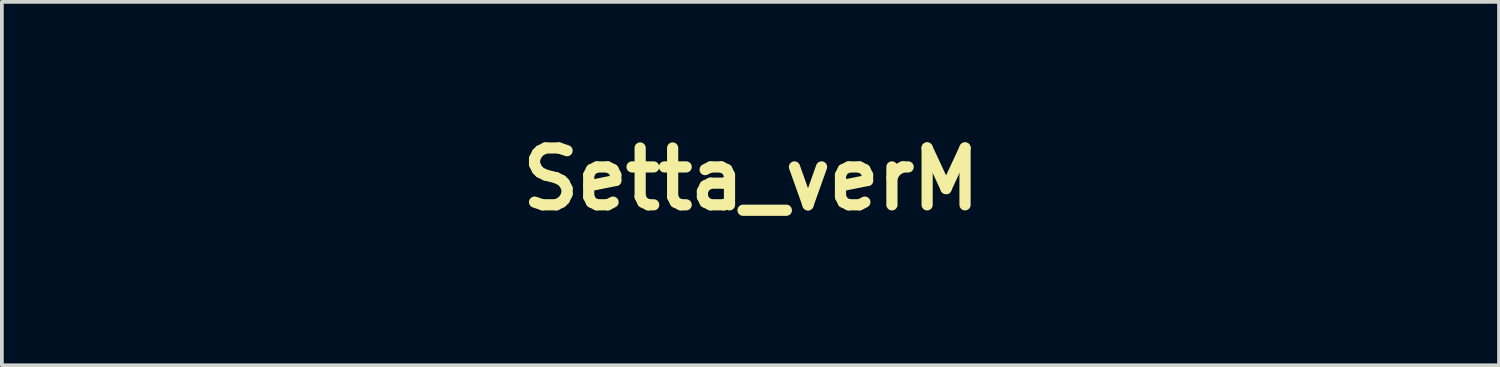
<source format=kicad_pcb>
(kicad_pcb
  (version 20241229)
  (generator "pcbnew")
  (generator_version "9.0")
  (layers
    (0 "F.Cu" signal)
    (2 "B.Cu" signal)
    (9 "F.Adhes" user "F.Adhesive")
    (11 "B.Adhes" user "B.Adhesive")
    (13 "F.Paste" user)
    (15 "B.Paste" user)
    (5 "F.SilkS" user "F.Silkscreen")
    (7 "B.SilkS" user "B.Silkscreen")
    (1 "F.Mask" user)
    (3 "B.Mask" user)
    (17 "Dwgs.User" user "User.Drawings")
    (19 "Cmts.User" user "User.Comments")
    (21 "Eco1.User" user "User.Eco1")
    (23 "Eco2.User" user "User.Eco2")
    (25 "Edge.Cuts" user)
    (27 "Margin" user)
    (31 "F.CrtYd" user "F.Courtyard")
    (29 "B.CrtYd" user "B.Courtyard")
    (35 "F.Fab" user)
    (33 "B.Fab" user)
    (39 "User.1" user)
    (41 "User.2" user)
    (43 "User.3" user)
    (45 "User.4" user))
  (footprint "Setta_verM"
    (layer "F.Cu")
    (at 17.085 1.751)
    (property "Reference" "Setta_verM" (at 0 0 0) (layer "F.SilkS") (effects (font (size 1.524 1.524) (thickness 0.3))))
    (attr through_hole)
    (fp_poly (pts (xy 13.668 1.181) (xy 13.704 1.201) (xy 13.821 1.302) (xy 13.9 1.427) (xy 13.934 1.559) (xy 13.919 1.679) (xy 13.855 1.769) (xy 13.769 1.842) (xy 13.69 1.914) (xy 13.609 1.977) (xy 13.54 1.986) (xy 13.466 1.94) (xy 13.39 1.86) (xy 13.262 1.687) (xy 13.197 1.534) (xy 13.193 1.391) (xy 13.204 1.341) (xy 13.273 1.215) (xy 13.381 1.144) (xy 13.517 1.131) (xy 13.668 1.181)) (stroke (width 0.01) (type solid)) (fill yes) (layer "F.Mask"))
    (fp_poly (pts (xy 16.852 -1.484) (xy 16.895 -1.46) (xy 16.917 -1.396) (xy 16.93 -1.317) (xy 16.938 -1.235) (xy 16.942 -1.12) (xy 16.94 -0.963) (xy 16.934 -0.757) (xy 16.923 -0.496) (xy 16.907 -0.172) (xy 16.9 -0.036) (xy 16.899 0.028) (xy 16.899 0.151) (xy 16.899 0.321) (xy 16.9 0.524) (xy 16.902 0.747) (xy 16.902 0.749) (xy 16.905 0.99) (xy 16.909 1.169) (xy 16.915 1.295) (xy 16.923 1.377) (xy 16.936 1.426) (xy 16.954 1.45) (xy 16.976 1.46) (xy 17.031 1.502) (xy 17.042 1.537) (xy 17.033 1.565) (xy 16.995 1.583) (xy 16.917 1.593) (xy 16.785 1.596) (xy 16.704 1.597) (xy 16.545 1.595) (xy 16.445 1.59) (xy 16.391 1.578) (xy 16.369 1.555) (xy 16.365 1.524) (xy 16.386 1.467) (xy 16.456 1.451) (xy 16.546 1.451) (xy 16.555 0.826) (xy 16.559 0.557) (xy 16.561 0.255) (xy 16.563 -0.048) (xy 16.564 -0.321) (xy 16.564 -0.39) (xy 16.565 -0.98) (xy 16.465 -0.98) (xy 16.386 -1.003) (xy 16.359 -1.068) (xy 16.382 -1.164) (xy 16.453 -1.28) (xy 16.502 -1.338) (xy 16.595 -1.429) (xy 16.672 -1.474) (xy 16.76 -1.488) (xy 16.772 -1.488) (xy 16.852 -1.484)) (stroke (width 0.01) (type solid)) (fill yes) (layer "F.Mask"))
    (fp_poly (pts (xy -0.741 -1.28) (xy -0.733 -1.161) (xy -0.731 -0.993) (xy -0.734 -0.797) (xy -0.742 -0.599) (xy -0.752 -0.414) (xy -0.761 -0.247) (xy -0.768 -0.117) (xy -0.772 -0.041) (xy -0.772 -0.036) (xy -0.773 0.028) (xy -0.773 0.151) (xy -0.772 0.321) (xy -0.771 0.524) (xy -0.769 0.747) (xy -0.769 0.753) (xy -0.766 0.998) (xy -0.761 1.18) (xy -0.755 1.307) (xy -0.745 1.389) (xy -0.732 1.433) (xy -0.715 1.45) (xy -0.708 1.451) (xy -0.663 1.482) (xy -0.653 1.524) (xy -0.659 1.558) (xy -0.684 1.58) (xy -0.744 1.591) (xy -0.851 1.596) (xy -0.98 1.597) (xy -1.135 1.595) (xy -1.231 1.59) (xy -1.283 1.576) (xy -1.303 1.553) (xy -1.306 1.524) (xy -1.28 1.463) (xy -1.238 1.451) (xy -1.172 1.431) (xy -1.152 1.406) (xy -1.147 1.36) (xy -1.143 1.25) (xy -1.139 1.086) (xy -1.135 0.876) (xy -1.132 0.63) (xy -1.129 0.356) (xy -1.128 0.191) (xy -1.122 -0.98) (xy -1.214 -0.98) (xy -1.284 -0.994) (xy -1.306 -1.051) (xy -1.306 -1.072) (xy -1.274 -1.214) (xy -1.187 -1.342) (xy -1.066 -1.439) (xy -0.927 -1.485) (xy -0.901 -1.487) (xy -0.767 -1.488) (xy -0.741 -1.28)) (stroke (width 0.01) (type solid)) (fill yes) (layer "F.Mask"))
    (fp_poly (pts (xy 8.699 -0.592) (xy 8.777 -0.531) (xy 8.846 -0.421) (xy 8.902 -0.27) (xy 8.936 -0.106) (xy 8.939 0.039) (xy 8.937 0.057) (xy 8.931 0.145) (xy 8.954 0.175) (xy 9.01 0.145) (xy 9.104 0.057) (xy 9.11 0.051) (xy 9.245 -0.071) (xy 9.389 -0.168) (xy 9.532 -0.238) (xy 9.663 -0.28) (xy 9.775 -0.291) (xy 9.856 -0.271) (xy 9.898 -0.217) (xy 9.891 -0.127) (xy 9.876 -0.09) (xy 9.801 -0.011) (xy 9.711 0.02) (xy 9.629 0.049) (xy 9.538 0.113) (xy 9.426 0.221) (xy 9.36 0.292) (xy 9.255 0.41) (xy 9.165 0.514) (xy 9.105 0.588) (xy 9.091 0.606) (xy 9.061 0.683) (xy 9.032 0.811) (xy 9.007 0.971) (xy 8.988 1.141) (xy 8.977 1.302) (xy 8.979 1.432) (xy 8.982 1.468) (xy 8.986 1.607) (xy 8.957 1.713) (xy 8.901 1.771) (xy 8.869 1.778) (xy 8.809 1.753) (xy 8.735 1.692) (xy 8.727 1.684) (xy 8.652 1.553) (xy 8.626 1.382) (xy 8.649 1.199) (xy 8.661 1.102) (xy 8.667 0.952) (xy 8.666 0.766) (xy 8.661 0.563) (xy 8.65 0.362) (xy 8.636 0.179) (xy 8.619 0.035) (xy 8.603 -0.044) (xy 8.549 -0.167) (xy 8.475 -0.281) (xy 8.471 -0.285) (xy 8.399 -0.393) (xy 8.39 -0.476) (xy 8.444 -0.546) (xy 8.463 -0.56) (xy 8.585 -0.612) (xy 8.699 -0.592)) (stroke (width 0.01) (type solid)) (fill yes) (layer "F.Mask"))
    (fp_poly (pts (xy 4.712 -0.513) (xy 4.74 -0.428) (xy 4.736 -0.301) (xy 4.706 -0.169) (xy 4.683 -0.093) (xy 4.661 -0.015) (xy 4.636 0.076) (xy 4.606 0.189) (xy 4.569 0.333) (xy 4.522 0.518) (xy 4.463 0.754) (xy 4.39 1.049) (xy 4.38 1.089) (xy 4.222 1.724) (xy 4.116 1.731) (xy 4.011 1.724) (xy 3.937 1.702) (xy 3.893 1.655) (xy 3.837 1.551) (xy 3.767 1.384) (xy 3.687 1.168) (xy 3.582 0.877) (xy 3.478 0.603) (xy 3.381 0.356) (xy 3.293 0.143) (xy 3.219 -0.025) (xy 3.161 -0.141) (xy 3.13 -0.19) (xy 3.094 -0.257) (xy 3.101 -0.347) (xy 3.107 -0.372) (xy 3.142 -0.454) (xy 3.201 -0.49) (xy 3.267 -0.498) (xy 3.41 -0.5) (xy 3.502 -0.475) (xy 3.56 -0.408) (xy 3.605 -0.287) (xy 3.612 -0.263) (xy 3.665 -0.081) (xy 3.726 0.116) (xy 3.791 0.316) (xy 3.856 0.507) (xy 3.916 0.677) (xy 3.968 0.815) (xy 4.008 0.908) (xy 4.03 0.943) (xy 4.031 0.943) (xy 4.063 0.919) (xy 4.064 0.914) (xy 4.07 0.871) (xy 4.085 0.771) (xy 4.108 0.628) (xy 4.136 0.456) (xy 4.167 0.27) (xy 4.198 0.084) (xy 4.227 -0.087) (xy 4.252 -0.231) (xy 4.263 -0.289) (xy 4.282 -0.378) (xy 4.3 -0.429) (xy 4.302 -0.432) (xy 4.353 -0.459) (xy 4.445 -0.492) (xy 4.548 -0.523) (xy 4.632 -0.542) (xy 4.653 -0.544) (xy 4.712 -0.513)) (stroke (width 0.01) (type solid)) (fill yes) (layer "F.Mask"))
    (fp_poly (pts (xy 11.696 -1.723) (xy 11.836 -1.707) (xy 11.928 -1.685) (xy 11.995 -1.647) (xy 12.061 -1.584) (xy 12.073 -1.57) (xy 12.232 -1.347) (xy 12.336 -1.083) (xy 12.377 -0.881) (xy 12.415 -0.512) (xy 12.426 -0.133) (xy 12.412 0.242) (xy 12.374 0.6) (xy 12.313 0.925) (xy 12.232 1.205) (xy 12.163 1.364) (xy 12.073 1.509) (xy 11.968 1.602) (xy 11.827 1.661) (xy 11.811 1.665) (xy 11.647 1.699) (xy 11.517 1.693) (xy 11.39 1.646) (xy 11.33 1.612) (xy 11.234 1.541) (xy 11.171 1.468) (xy 11.159 1.44) (xy 11.089 1.063) (xy 11.053 0.746) (xy 11.052 0.744) (xy 11.042 0.602) (xy 11.029 0.422) (xy 11.026 0.385) (xy 11.299 0.385) (xy 11.31 0.651) (xy 11.332 0.89) (xy 11.366 1.088) (xy 11.41 1.236) (xy 11.454 1.313) (xy 11.549 1.371) (xy 11.658 1.362) (xy 11.767 1.292) (xy 11.847 1.195) (xy 11.933 1.053) (xy 12.013 0.893) (xy 12.073 0.74) (xy 12.096 0.653) (xy 12.14 0.345) (xy 12.164 0.034) (xy 12.169 -0.268) (xy 12.156 -0.55) (xy 12.125 -0.8) (xy 12.077 -1.007) (xy 12.013 -1.16) (xy 11.981 -1.206) (xy 11.913 -1.259) (xy 11.833 -1.259) (xy 11.729 -1.207) (xy 11.654 -1.153) (xy 11.551 -1.056) (xy 11.471 -0.935) (xy 11.41 -0.779) (xy 11.364 -0.578) (xy 11.33 -0.32) (xy 11.318 -0.187) (xy 11.301 0.101) (xy 11.299 0.385) (xy 11.026 0.385) (xy 11.015 0.238) (xy 11.012 0.2) (xy 11.005 -0.096) (xy 11.026 -0.414) (xy 11.071 -0.736) (xy 11.137 -1.043) (xy 11.22 -1.319) (xy 11.318 -1.544) (xy 11.338 -1.579) (xy 11.435 -1.746) (xy 11.696 -1.723)) (stroke (width 0.01) (type solid)) (fill yes) (layer "F.Mask"))
    (fp_poly (pts (xy -16.025 -1.535) (xy -15.869 -1.467) (xy -15.746 -1.367) (xy -15.667 -1.244) (xy -15.642 -1.11) (xy -15.678 -0.975) (xy -15.77 -0.844) (xy -15.868 -0.775) (xy -15.96 -0.769) (xy -16.038 -0.827) (xy -16.093 -0.949) (xy -16.094 -0.953) (xy -16.14 -1.036) (xy -16.196 -1.058) (xy -16.378 -1.052) (xy -16.505 -1.002) (xy -16.524 -0.986) (xy -16.595 -0.899) (xy -16.657 -0.779) (xy -16.702 -0.653) (xy -16.716 -0.55) (xy -16.713 -0.528) (xy -16.659 -0.454) (xy -16.532 -0.378) (xy -16.333 -0.299) (xy -16.147 -0.241) (xy -15.911 -0.15) (xy -15.731 -0.024) (xy -15.606 0.142) (xy -15.532 0.351) (xy -15.507 0.609) (xy -15.527 0.903) (xy -15.581 1.16) (xy -15.671 1.374) (xy -15.791 1.536) (xy -15.907 1.622) (xy -16.045 1.669) (xy -16.218 1.693) (xy -16.398 1.694) (xy -16.56 1.672) (xy -16.655 1.637) (xy -16.844 1.507) (xy -16.982 1.356) (xy -17.062 1.195) (xy -17.08 1.031) (xy -17.057 0.933) (xy -17.018 0.865) (xy -16.952 0.838) (xy -16.89 0.835) (xy -16.809 0.844) (xy -16.736 0.879) (xy -16.649 0.952) (xy -16.586 1.016) (xy -16.427 1.161) (xy -16.293 1.239) (xy -16.181 1.251) (xy -16.105 1.211) (xy -16.005 1.088) (xy -15.949 0.934) (xy -15.93 0.731) (xy -15.929 0.715) (xy -15.941 0.505) (xy -15.984 0.348) (xy -16.066 0.232) (xy -16.198 0.145) (xy -16.389 0.075) (xy -16.477 0.051) (xy -16.703 -0.02) (xy -16.865 -0.106) (xy -16.972 -0.217) (xy -17.032 -0.363) (xy -17.054 -0.552) (xy -17.054 -0.593) (xy -17.026 -0.869) (xy -16.944 -1.107) (xy -16.814 -1.301) (xy -16.641 -1.445) (xy -16.429 -1.533) (xy -16.207 -1.56) (xy -16.025 -1.535)) (stroke (width 0.01) (type solid)) (fill yes) (layer "F.Mask"))
    (fp_poly (pts (xy 6.614 -0.264) (xy 6.816 -0.206) (xy 7.009 -0.103) (xy 7.095 -0.039) (xy 7.217 0.079) (xy 7.273 0.177) (xy 7.266 0.266) (xy 7.197 0.354) (xy 7.178 0.371) (xy 6.937 0.532) (xy 6.668 0.639) (xy 6.441 0.68) (xy 6.205 0.699) (xy 6.205 0.904) (xy 6.226 1.088) (xy 6.285 1.236) (xy 6.375 1.336) (xy 6.489 1.378) (xy 6.506 1.378) (xy 6.673 1.347) (xy 6.846 1.266) (xy 6.994 1.149) (xy 7.024 1.116) (xy 7.127 1.011) (xy 7.225 0.942) (xy 7.302 0.917) (xy 7.328 0.924) (xy 7.358 0.971) (xy 7.384 1.052) (xy 7.388 1.138) (xy 7.358 1.236) (xy 7.297 1.355) (xy 7.206 1.487) (xy 7.097 1.581) (xy 6.955 1.647) (xy 6.762 1.695) (xy 6.695 1.706) (xy 6.559 1.728) (xy 6.47 1.736) (xy 6.399 1.729) (xy 6.32 1.705) (xy 6.208 1.659) (xy 6.207 1.659) (xy 6.084 1.601) (xy 6.004 1.536) (xy 5.939 1.439) (xy 5.917 1.397) (xy 5.88 1.32) (xy 5.854 1.247) (xy 5.838 1.165) (xy 5.829 1.056) (xy 5.825 0.905) (xy 5.824 0.705) (xy 5.825 0.488) (xy 5.832 0.328) (xy 5.833 0.326) (xy 6.228 0.326) (xy 6.235 0.357) (xy 6.282 0.363) (xy 6.356 0.349) (xy 6.465 0.313) (xy 6.535 0.285) (xy 6.649 0.227) (xy 6.694 0.177) (xy 6.671 0.128) (xy 6.586 0.077) (xy 6.503 0.046) (xy 6.435 0.058) (xy 6.394 0.081) (xy 6.316 0.154) (xy 6.256 0.249) (xy 6.228 0.326) (xy 5.833 0.326) (xy 5.851 0.208) (xy 5.887 0.112) (xy 5.946 0.025) (xy 6.032 -0.071) (xy 6.113 -0.152) (xy 6.248 -0.239) (xy 6.42 -0.276) (xy 6.614 -0.264)) (stroke (width 0.01) (type solid)) (fill yes) (layer "F.Mask"))
    (fp_poly (pts (xy -13.633 -0.25) (xy -13.472 -0.209) (xy -13.426 -0.19) (xy -13.298 -0.117) (xy -13.174 -0.023) (xy -13.072 0.076) (xy -13.006 0.166) (xy -12.99 0.218) (xy -13.021 0.279) (xy -13.102 0.359) (xy -13.217 0.447) (xy -13.351 0.531) (xy -13.488 0.6) (xy -13.584 0.636) (xy -13.728 0.668) (xy -13.877 0.687) (xy -13.926 0.689) (xy -14.087 0.689) (xy -14.073 0.918) (xy -14.041 1.121) (xy -13.976 1.268) (xy -13.88 1.355) (xy -13.777 1.378) (xy -13.61 1.347) (xy -13.439 1.267) (xy -13.291 1.15) (xy -13.26 1.116) (xy -13.157 1.011) (xy -13.059 0.942) (xy -12.981 0.917) (xy -12.956 0.924) (xy -12.906 0.995) (xy -12.898 1.108) (xy -12.932 1.247) (xy -12.977 1.345) (xy -13.072 1.484) (xy -13.192 1.584) (xy -13.352 1.654) (xy -13.567 1.702) (xy -13.576 1.704) (xy -13.715 1.726) (xy -13.807 1.736) (xy -13.878 1.731) (xy -13.953 1.709) (xy -14.056 1.667) (xy -14.077 1.659) (xy -14.199 1.601) (xy -14.279 1.536) (xy -14.344 1.439) (xy -14.367 1.397) (xy -14.404 1.32) (xy -14.43 1.247) (xy -14.446 1.164) (xy -14.455 1.055) (xy -14.459 0.904) (xy -14.46 0.707) (xy -14.46 0.326) (xy -14.056 0.326) (xy -14.049 0.357) (xy -14.002 0.363) (xy -13.928 0.349) (xy -13.819 0.313) (xy -13.749 0.285) (xy -13.634 0.227) (xy -13.59 0.177) (xy -13.613 0.128) (xy -13.697 0.077) (xy -13.781 0.046) (xy -13.848 0.058) (xy -13.89 0.081) (xy -13.968 0.154) (xy -14.028 0.249) (xy -14.056 0.326) (xy -14.46 0.326) (xy -14.46 0.198) (xy -14.315 0.011) (xy -14.225 -0.095) (xy -14.138 -0.182) (xy -14.084 -0.223) (xy -13.965 -0.259) (xy -13.806 -0.268) (xy -13.633 -0.25)) (stroke (width 0.01) (type solid)) (fill yes) (layer "F.Mask"))
    (fp_poly (pts (xy -11.274 -1.219) (xy -11.244 -1.167) (xy -11.224 -1.069) (xy -11.215 -0.915) (xy -11.213 -0.753) (xy -11.212 -0.436) (xy -10.947 -0.459) (xy -10.754 -0.466) (xy -10.625 -0.448) (xy -10.551 -0.401) (xy -10.528 -0.325) (xy -10.53 -0.298) (xy -10.548 -0.235) (xy -10.596 -0.197) (xy -10.695 -0.169) (xy -10.704 -0.167) (xy -10.852 -0.146) (xy -11.007 -0.138) (xy -11.035 -0.138) (xy -11.202 -0.144) (xy -11.224 0.155) (xy -11.232 0.376) (xy -11.227 0.601) (xy -11.21 0.818) (xy -11.183 1.015) (xy -11.148 1.18) (xy -11.107 1.302) (xy -11.061 1.369) (xy -11.036 1.379) (xy -10.981 1.355) (xy -10.897 1.293) (xy -10.825 1.227) (xy -10.738 1.144) (xy -10.684 1.106) (xy -10.645 1.105) (xy -10.604 1.135) (xy -10.596 1.142) (xy -10.535 1.23) (xy -10.534 1.335) (xy -10.594 1.467) (xy -10.599 1.475) (xy -10.716 1.607) (xy -10.879 1.692) (xy -11.02 1.726) (xy -11.127 1.733) (xy -11.21 1.703) (xy -11.276 1.653) (xy -11.347 1.569) (xy -11.404 1.444) (xy -11.451 1.271) (xy -11.487 1.044) (xy -11.516 0.755) (xy -11.529 0.547) (xy -11.545 0.323) (xy -11.564 0.162) (xy -11.584 0.07) (xy -11.599 0.046) (xy -11.642 0.064) (xy -11.665 0.107) (xy -11.716 0.166) (xy -11.801 0.178) (xy -11.899 0.14) (xy -11.914 0.129) (xy -11.962 0.061) (xy -11.996 -0.042) (xy -12 -0.065) (xy -12.005 -0.166) (xy -11.98 -0.227) (xy -11.934 -0.267) (xy -11.842 -0.312) (xy -11.77 -0.327) (xy -11.682 -0.331) (xy -11.626 -0.354) (xy -11.594 -0.408) (xy -11.579 -0.506) (xy -11.575 -0.661) (xy -11.575 -0.7) (xy -11.574 -0.859) (xy -11.566 -0.964) (xy -11.549 -1.034) (xy -11.517 -1.088) (xy -11.478 -1.132) (xy -11.399 -1.198) (xy -11.329 -1.232) (xy -11.319 -1.234) (xy -11.274 -1.219)) (stroke (width 0.01) (type solid)) (fill yes) (layer "F.Mask"))
    (fp_poly (pts (xy -5.68 -0.286) (xy -5.691 -0.153) (xy -5.701 0.032) (xy -5.708 0.248) (xy -5.712 0.473) (xy -5.713 0.562) (xy -5.712 0.815) (xy -5.705 1.007) (xy -5.688 1.148) (xy -5.657 1.251) (xy -5.608 1.327) (xy -5.536 1.386) (xy -5.439 1.441) (xy -5.397 1.462) (xy -5.277 1.527) (xy -5.212 1.58) (xy -5.189 1.634) (xy -5.189 1.645) (xy -5.207 1.73) (xy -5.232 1.771) (xy -5.308 1.804) (xy -5.424 1.811) (xy -5.555 1.792) (xy -5.646 1.763) (xy -5.743 1.692) (xy -5.84 1.572) (xy -5.86 1.539) (xy -5.92 1.442) (xy -5.957 1.4) (xy -5.983 1.405) (xy -6.002 1.433) (xy -6.111 1.575) (xy -6.248 1.68) (xy -6.398 1.745) (xy -6.548 1.765) (xy -6.681 1.734) (xy -6.763 1.674) (xy -6.843 1.544) (xy -6.904 1.359) (xy -6.944 1.135) (xy -6.957 0.955) (xy -6.638 0.955) (xy -6.63 1.12) (xy -6.61 1.247) (xy -6.578 1.325) (xy -6.55 1.343) (xy -6.503 1.317) (xy -6.426 1.25) (xy -6.338 1.156) (xy -6.231 1.017) (xy -6.159 0.874) (xy -6.117 0.71) (xy -6.098 0.504) (xy -6.096 0.365) (xy -6.099 0.209) (xy -6.111 0.107) (xy -6.135 0.041) (xy -6.165 0.003) (xy -6.214 -0.039) (xy -6.252 -0.038) (xy -6.306 0.011) (xy -6.324 0.031) (xy -6.459 0.217) (xy -6.563 0.446) (xy -6.623 0.689) (xy -6.632 0.768) (xy -6.638 0.955) (xy -6.957 0.955) (xy -6.962 0.888) (xy -6.955 0.634) (xy -6.933 0.448) (xy -6.894 0.279) (xy -6.835 0.099) (xy -6.765 -0.071) (xy -6.692 -0.212) (xy -6.624 -0.305) (xy -6.612 -0.317) (xy -6.481 -0.399) (xy -6.323 -0.465) (xy -6.17 -0.503) (xy -6.107 -0.508) (xy -5.978 -0.512) (xy -5.836 -0.526) (xy -5.809 -0.53) (xy -5.649 -0.553) (xy -5.68 -0.286)) (stroke (width 0.01) (type solid)) (fill yes) (layer "F.Mask"))
    (fp_poly (pts (xy -8.731 -1.216) (xy -8.708 -1.186) (xy -8.693 -1.125) (xy -8.682 -1.019) (xy -8.673 -0.855) (xy -8.672 -0.835) (xy -8.654 -0.454) (xy -8.364 -0.466) (xy -8.215 -0.47) (xy -8.12 -0.465) (xy -8.059 -0.448) (xy -8.015 -0.414) (xy -8.002 -0.4) (xy -7.955 -0.327) (xy -7.968 -0.265) (xy -7.968 -0.265) (xy -8.032 -0.215) (xy -8.144 -0.172) (xy -8.28 -0.14) (xy -8.416 -0.126) (xy -8.497 -0.13) (xy -8.63 -0.15) (xy -8.656 0.095) (xy -8.67 0.304) (xy -8.669 0.523) (xy -8.655 0.74) (xy -8.631 0.943) (xy -8.598 1.121) (xy -8.557 1.26) (xy -8.51 1.35) (xy -8.465 1.379) (xy -8.41 1.355) (xy -8.328 1.292) (xy -8.265 1.234) (xy -8.184 1.155) (xy -8.125 1.102) (xy -8.106 1.089) (xy -8.053 1.117) (xy -7.995 1.183) (xy -7.953 1.257) (xy -7.947 1.29) (xy -7.975 1.38) (xy -8.049 1.486) (xy -8.151 1.589) (xy -8.261 1.67) (xy -8.338 1.704) (xy -8.472 1.734) (xy -8.566 1.732) (xy -8.649 1.691) (xy -8.719 1.634) (xy -8.783 1.567) (xy -8.833 1.483) (xy -8.873 1.373) (xy -8.904 1.225) (xy -8.93 1.03) (xy -8.951 0.779) (xy -8.964 0.596) (xy -8.977 0.407) (xy -8.991 0.244) (xy -9.003 0.122) (xy -9.014 0.052) (xy -9.017 0.042) (xy -9.049 0.053) (xy -9.092 0.102) (xy -9.172 0.17) (xy -9.265 0.168) (xy -9.355 0.107) (xy -9.417 0.008) (xy -9.433 -0.111) (xy -9.403 -0.222) (xy -9.368 -0.267) (xy -9.282 -0.312) (xy -9.196 -0.327) (xy -9.103 -0.334) (xy -9.044 -0.361) (xy -9.012 -0.421) (xy -9.001 -0.528) (xy -9.003 -0.694) (xy -9.003 -0.694) (xy -9.006 -0.849) (xy -9 -0.953) (xy -8.981 -1.026) (xy -8.945 -1.091) (xy -8.926 -1.118) (xy -8.838 -1.206) (xy -8.764 -1.226) (xy -8.731 -1.216)) (stroke (width 0.01) (type solid)) (fill yes) (layer "F.Mask"))
    (fp_poly (pts (xy -3.297 -1.627) (xy -3.187 -1.597) (xy -3.149 -1.569) (xy -3.046 -1.403) (xy -2.977 -1.187) (xy -2.945 -0.936) (xy -2.953 -0.667) (xy -2.989 -0.445) (xy -3.019 -0.294) (xy -3.04 -0.15) (xy -3.048 -0.047) (xy -3.066 0.092) (xy -3.111 0.268) (xy -3.177 0.458) (xy -3.253 0.635) (xy -3.332 0.775) (xy -3.34 0.786) (xy -3.401 0.88) (xy -3.44 0.953) (xy -3.447 0.977) (xy -3.412 0.998) (xy -3.308 1.011) (xy -3.141 1.016) (xy -3.122 1.016) (xy -2.942 1.02) (xy -2.807 1.036) (xy -2.69 1.067) (xy -2.593 1.106) (xy -2.391 1.195) (xy -2.402 1.35) (xy -2.413 1.446) (xy -2.441 1.495) (xy -2.509 1.522) (xy -2.572 1.535) (xy -2.683 1.547) (xy -2.81 1.538) (xy -2.974 1.505) (xy -3.034 1.491) (xy -3.242 1.443) (xy -3.404 1.422) (xy -3.545 1.428) (xy -3.688 1.464) (xy -3.856 1.531) (xy -3.916 1.559) (xy -4.14 1.653) (xy -4.321 1.712) (xy -4.455 1.735) (xy -4.536 1.719) (xy -4.556 1.696) (xy -4.568 1.632) (xy -4.578 1.521) (xy -4.583 1.41) (xy -4.59 1.179) (xy -4.445 1.149) (xy -4.333 1.125) (xy -4.241 1.107) (xy -4.227 1.104) (xy -4.162 1.078) (xy -4.059 1.022) (xy -3.94 0.948) (xy -3.937 0.946) (xy -3.73 0.778) (xy -3.567 0.574) (xy -3.444 0.327) (xy -3.358 0.029) (xy -3.305 -0.327) (xy -3.3 -0.387) (xy -3.286 -0.674) (xy -3.295 -0.899) (xy -3.329 -1.069) (xy -3.39 -1.19) (xy -3.426 -1.231) (xy -3.499 -1.277) (xy -3.58 -1.279) (xy -3.676 -1.231) (xy -3.797 -1.13) (xy -3.927 -0.997) (xy -4.043 -0.882) (xy -4.142 -0.8) (xy -4.21 -0.763) (xy -4.219 -0.762) (xy -4.308 -0.795) (xy -4.367 -0.885) (xy -4.389 -1.024) (xy -4.389 -1.025) (xy -4.384 -1.1) (xy -4.359 -1.161) (xy -4.301 -1.225) (xy -4.199 -1.311) (xy -4.182 -1.324) (xy -4.044 -1.421) (xy -3.895 -1.508) (xy -3.781 -1.561) (xy -3.614 -1.609) (xy -3.446 -1.631) (xy -3.297 -1.627)) (stroke (width 0.01) (type solid)) (fill yes) (layer "F.Mask")))
  (gr_rect
    (start -3 -3)
    (end 37.132 6.742)
    (stroke (width 0.1) (type default))
    (fill no)
    (layer "Edge.Cuts")))
</source>
